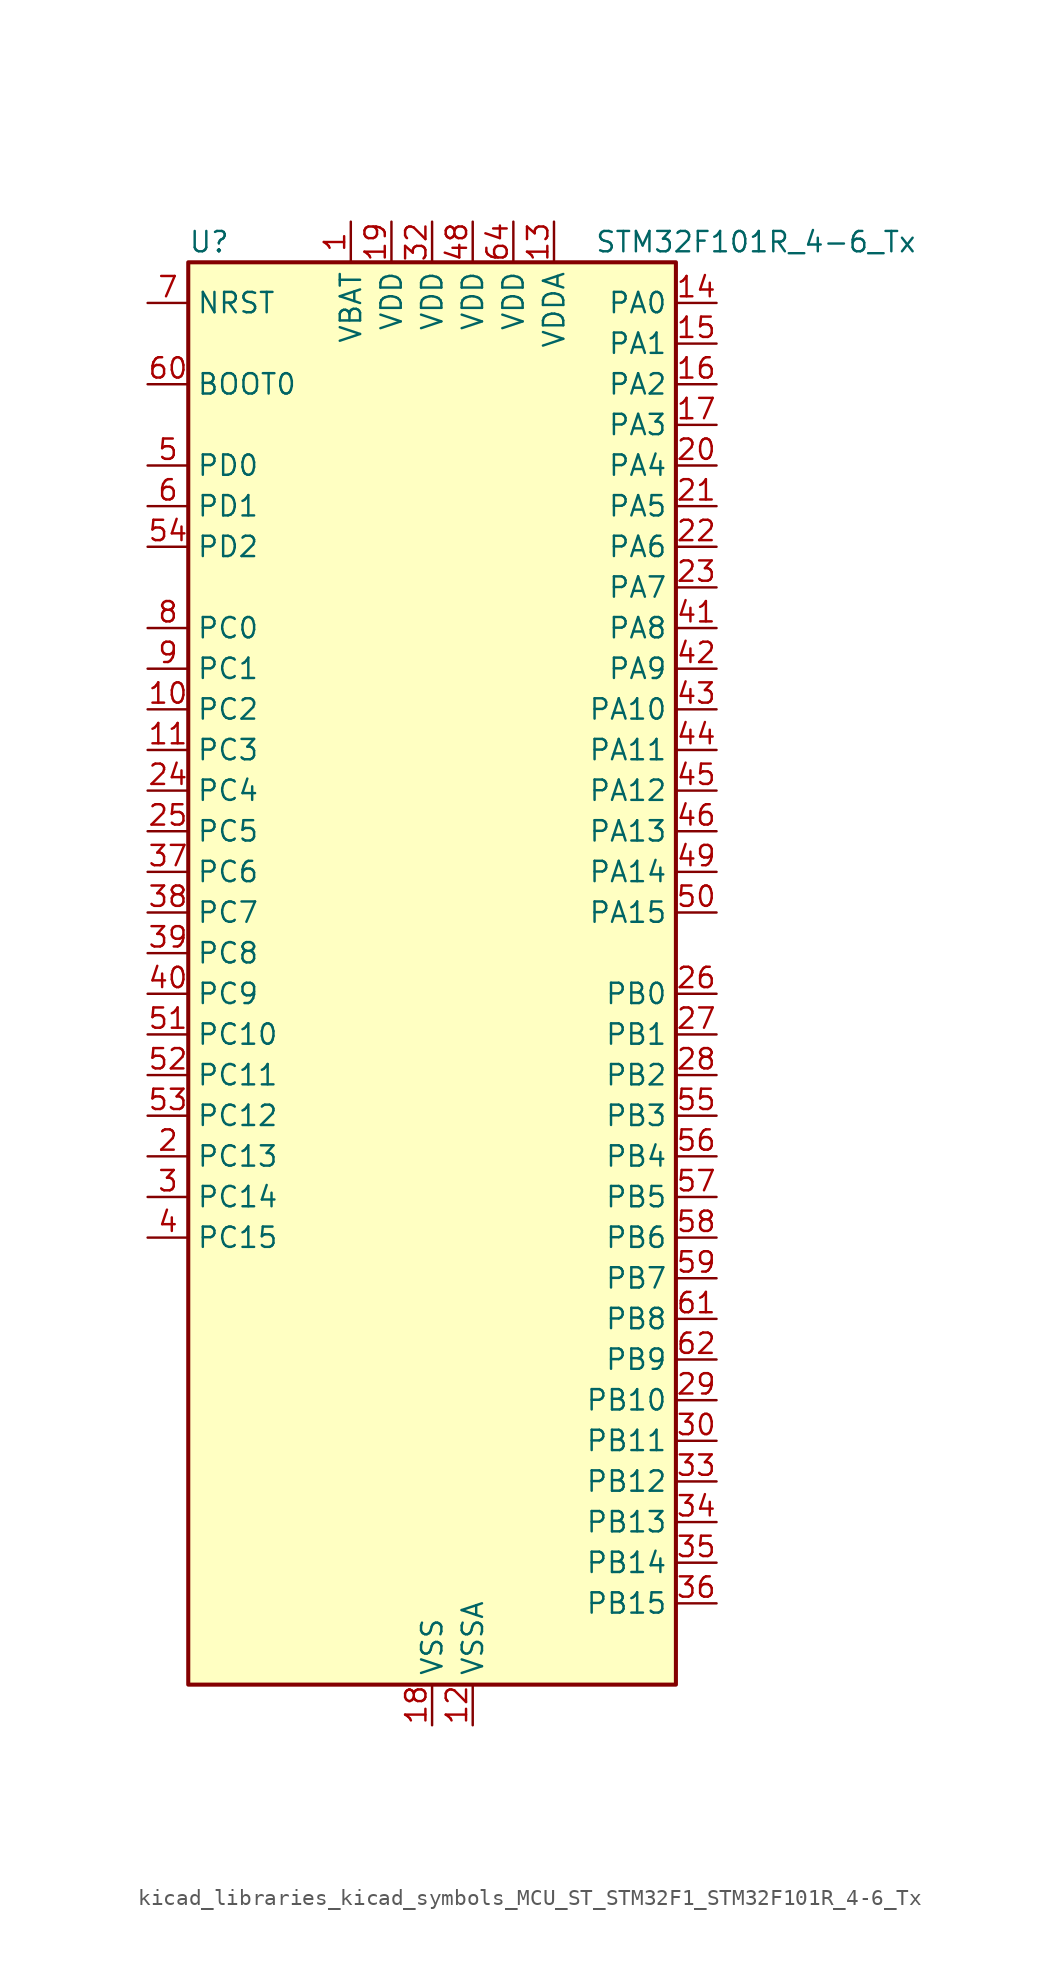
<source format=kicad_sym>
(kicad_symbol_lib
  (version 20220914)
  (generator kicad_symbol_editor)
  (symbol "kicad_libraries_kicad_symbols_MCU_ST_STM32F1_STM32F101R_4-6_Tx"
    (property "Reference" "U"
      (at -15.24 46.99 0)
      (effects (font (size 1.27 1.27)) (justify left)))
    (property "Value" "STM32F101R_4-6_Tx"
      (at 10.16 46.99 0)
      (effects (font (size 1.27 1.27)) (justify left)))
    (property "ki_locked" ""
      (at 0 0 0)
      (effects (font (size 1.27 1.27))))
    (symbol "kicad_libraries_kicad_symbols_MCU_ST_STM32F1_STM32F101R_4-6_Tx_0_1"
      (rectangle (start -15.24 -43.18) (end 15.24 45.72) (stroke (width 0.254) (type default)) (fill (type background))))
    (symbol "kicad_libraries_kicad_symbols_MCU_ST_STM32F1_STM32F101R_4-6_Tx_1_1"
      (pin power_in line (at -5.08 48.26 270) (length 2.54) (name "VBAT" (effects (font (size 1.27 1.27)))) (number "1" (effects (font (size 1.27 1.27)))))
      (pin bidirectional line (at -17.78 17.78 0) (length 2.54) (name "PC2" (effects (font (size 1.27 1.27)))) (number "10" (effects (font (size 1.27 1.27)))) (alternate "ADC1_IN12" bidirectional line))
      (pin bidirectional line (at -17.78 15.24 0) (length 2.54) (name "PC3" (effects (font (size 1.27 1.27)))) (number "11" (effects (font (size 1.27 1.27)))) (alternate "ADC1_IN13" bidirectional line))
      (pin power_in line (at 2.54 -45.72 90) (length 2.54) (name "VSSA" (effects (font (size 1.27 1.27)))) (number "12" (effects (font (size 1.27 1.27)))))
      (pin power_in line (at 7.62 48.26 270) (length 2.54) (name "VDDA" (effects (font (size 1.27 1.27)))) (number "13" (effects (font (size 1.27 1.27)))))
      (pin bidirectional line (at 17.78 43.18 180) (length 2.54) (name "PA0" (effects (font (size 1.27 1.27)))) (number "14" (effects (font (size 1.27 1.27)))) (alternate "ADC1_IN0" bidirectional line) (alternate "SYS_WKUP" bidirectional line) (alternate "TIM2_CH1" bidirectional line) (alternate "TIM2_ETR" bidirectional line) (alternate "USART2_CTS" bidirectional line))
      (pin bidirectional line (at 17.78 40.64 180) (length 2.54) (name "PA1" (effects (font (size 1.27 1.27)))) (number "15" (effects (font (size 1.27 1.27)))) (alternate "ADC1_IN1" bidirectional line) (alternate "TIM2_CH2" bidirectional line) (alternate "USART2_RTS" bidirectional line))
      (pin bidirectional line (at 17.78 38.1 180) (length 2.54) (name "PA2" (effects (font (size 1.27 1.27)))) (number "16" (effects (font (size 1.27 1.27)))) (alternate "ADC1_IN2" bidirectional line) (alternate "TIM2_CH3" bidirectional line) (alternate "USART2_TX" bidirectional line))
      (pin bidirectional line (at 17.78 35.56 180) (length 2.54) (name "PA3" (effects (font (size 1.27 1.27)))) (number "17" (effects (font (size 1.27 1.27)))) (alternate "ADC1_IN3" bidirectional line) (alternate "TIM2_CH4" bidirectional line) (alternate "USART2_RX" bidirectional line))
      (pin power_in line (at 0 -45.72 90) (length 2.54) (name "VSS" (effects (font (size 1.27 1.27)))) (number "18" (effects (font (size 1.27 1.27)))))
      (pin power_in line (at -2.54 48.26 270) (length 2.54) (name "VDD" (effects (font (size 1.27 1.27)))) (number "19" (effects (font (size 1.27 1.27)))))
      (pin bidirectional line (at -17.78 -10.16 0) (length 2.54) (name "PC13" (effects (font (size 1.27 1.27)))) (number "2" (effects (font (size 1.27 1.27)))) (alternate "RTC_OUT" bidirectional line) (alternate "RTC_TAMPER" bidirectional line))
      (pin bidirectional line (at 17.78 33.02 180) (length 2.54) (name "PA4" (effects (font (size 1.27 1.27)))) (number "20" (effects (font (size 1.27 1.27)))) (alternate "ADC1_IN4" bidirectional line) (alternate "SPI1_NSS" bidirectional line) (alternate "USART2_CK" bidirectional line))
      (pin bidirectional line (at 17.78 30.48 180) (length 2.54) (name "PA5" (effects (font (size 1.27 1.27)))) (number "21" (effects (font (size 1.27 1.27)))) (alternate "ADC1_IN5" bidirectional line) (alternate "SPI1_SCK" bidirectional line))
      (pin bidirectional line (at 17.78 27.94 180) (length 2.54) (name "PA6" (effects (font (size 1.27 1.27)))) (number "22" (effects (font (size 1.27 1.27)))) (alternate "ADC1_IN6" bidirectional line) (alternate "SPI1_MISO" bidirectional line) (alternate "TIM3_CH1" bidirectional line))
      (pin bidirectional line (at 17.78 25.4 180) (length 2.54) (name "PA7" (effects (font (size 1.27 1.27)))) (number "23" (effects (font (size 1.27 1.27)))) (alternate "ADC1_IN7" bidirectional line) (alternate "SPI1_MOSI" bidirectional line) (alternate "TIM3_CH2" bidirectional line))
      (pin bidirectional line (at -17.78 12.7 0) (length 2.54) (name "PC4" (effects (font (size 1.27 1.27)))) (number "24" (effects (font (size 1.27 1.27)))) (alternate "ADC1_IN14" bidirectional line))
      (pin bidirectional line (at -17.78 10.16 0) (length 2.54) (name "PC5" (effects (font (size 1.27 1.27)))) (number "25" (effects (font (size 1.27 1.27)))) (alternate "ADC1_IN15" bidirectional line))
      (pin bidirectional line (at 17.78 0 180) (length 2.54) (name "PB0" (effects (font (size 1.27 1.27)))) (number "26" (effects (font (size 1.27 1.27)))) (alternate "ADC1_IN8" bidirectional line) (alternate "TIM3_CH3" bidirectional line))
      (pin bidirectional line (at 17.78 -2.54 180) (length 2.54) (name "PB1" (effects (font (size 1.27 1.27)))) (number "27" (effects (font (size 1.27 1.27)))) (alternate "ADC1_IN9" bidirectional line) (alternate "TIM3_CH4" bidirectional line))
      (pin bidirectional line (at 17.78 -5.08 180) (length 2.54) (name "PB2" (effects (font (size 1.27 1.27)))) (number "28" (effects (font (size 1.27 1.27)))))
      (pin bidirectional line (at 17.78 -25.4 180) (length 2.54) (name "PB10" (effects (font (size 1.27 1.27)))) (number "29" (effects (font (size 1.27 1.27)))) (alternate "TIM2_CH3" bidirectional line))
      (pin bidirectional line (at -17.78 -12.7 0) (length 2.54) (name "PC14" (effects (font (size 1.27 1.27)))) (number "3" (effects (font (size 1.27 1.27)))) (alternate "RCC_OSC32_IN" bidirectional line))
      (pin bidirectional line (at 17.78 -27.94 180) (length 2.54) (name "PB11" (effects (font (size 1.27 1.27)))) (number "30" (effects (font (size 1.27 1.27)))) (alternate "ADC1_EXTI11" bidirectional line) (alternate "TIM2_CH4" bidirectional line))
      (pin passive line (at 0 -45.72 90) (length 2.54) hide (name "VSS" (effects (font (size 1.27 1.27)))) (number "31" (effects (font (size 1.27 1.27)))))
      (pin power_in line (at 0 48.26 270) (length 2.54) (name "VDD" (effects (font (size 1.27 1.27)))) (number "32" (effects (font (size 1.27 1.27)))))
      (pin bidirectional line (at 17.78 -30.48 180) (length 2.54) (name "PB12" (effects (font (size 1.27 1.27)))) (number "33" (effects (font (size 1.27 1.27)))))
      (pin bidirectional line (at 17.78 -33.02 180) (length 2.54) (name "PB13" (effects (font (size 1.27 1.27)))) (number "34" (effects (font (size 1.27 1.27)))))
      (pin bidirectional line (at 17.78 -35.56 180) (length 2.54) (name "PB14" (effects (font (size 1.27 1.27)))) (number "35" (effects (font (size 1.27 1.27)))))
      (pin bidirectional line (at 17.78 -38.1 180) (length 2.54) (name "PB15" (effects (font (size 1.27 1.27)))) (number "36" (effects (font (size 1.27 1.27)))) (alternate "ADC1_EXTI15" bidirectional line))
      (pin bidirectional line (at -17.78 7.62 0) (length 2.54) (name "PC6" (effects (font (size 1.27 1.27)))) (number "37" (effects (font (size 1.27 1.27)))) (alternate "TIM3_CH1" bidirectional line))
      (pin bidirectional line (at -17.78 5.08 0) (length 2.54) (name "PC7" (effects (font (size 1.27 1.27)))) (number "38" (effects (font (size 1.27 1.27)))) (alternate "TIM3_CH2" bidirectional line))
      (pin bidirectional line (at -17.78 2.54 0) (length 2.54) (name "PC8" (effects (font (size 1.27 1.27)))) (number "39" (effects (font (size 1.27 1.27)))) (alternate "TIM3_CH3" bidirectional line))
      (pin bidirectional line (at -17.78 -15.24 0) (length 2.54) (name "PC15" (effects (font (size 1.27 1.27)))) (number "4" (effects (font (size 1.27 1.27)))) (alternate "ADC1_EXTI15" bidirectional line) (alternate "RCC_OSC32_OUT" bidirectional line))
      (pin bidirectional line (at -17.78 0 0) (length 2.54) (name "PC9" (effects (font (size 1.27 1.27)))) (number "40" (effects (font (size 1.27 1.27)))) (alternate "TIM3_CH4" bidirectional line))
      (pin bidirectional line (at 17.78 22.86 180) (length 2.54) (name "PA8" (effects (font (size 1.27 1.27)))) (number "41" (effects (font (size 1.27 1.27)))) (alternate "RCC_MCO" bidirectional line) (alternate "USART1_CK" bidirectional line))
      (pin bidirectional line (at 17.78 20.32 180) (length 2.54) (name "PA9" (effects (font (size 1.27 1.27)))) (number "42" (effects (font (size 1.27 1.27)))) (alternate "USART1_TX" bidirectional line))
      (pin bidirectional line (at 17.78 17.78 180) (length 2.54) (name "PA10" (effects (font (size 1.27 1.27)))) (number "43" (effects (font (size 1.27 1.27)))) (alternate "USART1_RX" bidirectional line))
      (pin bidirectional line (at 17.78 15.24 180) (length 2.54) (name "PA11" (effects (font (size 1.27 1.27)))) (number "44" (effects (font (size 1.27 1.27)))) (alternate "ADC1_EXTI11" bidirectional line) (alternate "USART1_CTS" bidirectional line))
      (pin bidirectional line (at 17.78 12.7 180) (length 2.54) (name "PA12" (effects (font (size 1.27 1.27)))) (number "45" (effects (font (size 1.27 1.27)))) (alternate "USART1_RTS" bidirectional line))
      (pin bidirectional line (at 17.78 10.16 180) (length 2.54) (name "PA13" (effects (font (size 1.27 1.27)))) (number "46" (effects (font (size 1.27 1.27)))) (alternate "SYS_JTMS-SWDIO" bidirectional line))
      (pin passive line (at 0 -45.72 90) (length 2.54) hide (name "VSS" (effects (font (size 1.27 1.27)))) (number "47" (effects (font (size 1.27 1.27)))))
      (pin power_in line (at 2.54 48.26 270) (length 2.54) (name "VDD" (effects (font (size 1.27 1.27)))) (number "48" (effects (font (size 1.27 1.27)))))
      (pin bidirectional line (at 17.78 7.62 180) (length 2.54) (name "PA14" (effects (font (size 1.27 1.27)))) (number "49" (effects (font (size 1.27 1.27)))) (alternate "SYS_JTCK-SWCLK" bidirectional line))
      (pin bidirectional line (at -17.78 33.02 0) (length 2.54) (name "PD0" (effects (font (size 1.27 1.27)))) (number "5" (effects (font (size 1.27 1.27)))) (alternate "RCC_OSC_IN" bidirectional line))
      (pin bidirectional line (at 17.78 5.08 180) (length 2.54) (name "PA15" (effects (font (size 1.27 1.27)))) (number "50" (effects (font (size 1.27 1.27)))) (alternate "ADC1_EXTI15" bidirectional line) (alternate "SPI1_NSS" bidirectional line) (alternate "SYS_JTDI" bidirectional line) (alternate "TIM2_CH1" bidirectional line) (alternate "TIM2_ETR" bidirectional line))
      (pin bidirectional line (at -17.78 -2.54 0) (length 2.54) (name "PC10" (effects (font (size 1.27 1.27)))) (number "51" (effects (font (size 1.27 1.27)))))
      (pin bidirectional line (at -17.78 -5.08 0) (length 2.54) (name "PC11" (effects (font (size 1.27 1.27)))) (number "52" (effects (font (size 1.27 1.27)))) (alternate "ADC1_EXTI11" bidirectional line))
      (pin bidirectional line (at -17.78 -7.62 0) (length 2.54) (name "PC12" (effects (font (size 1.27 1.27)))) (number "53" (effects (font (size 1.27 1.27)))))
      (pin bidirectional line (at -17.78 27.94 0) (length 2.54) (name "PD2" (effects (font (size 1.27 1.27)))) (number "54" (effects (font (size 1.27 1.27)))) (alternate "TIM3_ETR" bidirectional line))
      (pin bidirectional line (at 17.78 -7.62 180) (length 2.54) (name "PB3" (effects (font (size 1.27 1.27)))) (number "55" (effects (font (size 1.27 1.27)))) (alternate "SPI1_SCK" bidirectional line) (alternate "SYS_JTDO-TRACESWO" bidirectional line) (alternate "TIM2_CH2" bidirectional line))
      (pin bidirectional line (at 17.78 -10.16 180) (length 2.54) (name "PB4" (effects (font (size 1.27 1.27)))) (number "56" (effects (font (size 1.27 1.27)))) (alternate "SPI1_MISO" bidirectional line) (alternate "SYS_NJTRST" bidirectional line) (alternate "TIM3_CH1" bidirectional line))
      (pin bidirectional line (at 17.78 -12.7 180) (length 2.54) (name "PB5" (effects (font (size 1.27 1.27)))) (number "57" (effects (font (size 1.27 1.27)))) (alternate "I2C1_SMBA" bidirectional line) (alternate "SPI1_MOSI" bidirectional line) (alternate "TIM3_CH2" bidirectional line))
      (pin bidirectional line (at 17.78 -15.24 180) (length 2.54) (name "PB6" (effects (font (size 1.27 1.27)))) (number "58" (effects (font (size 1.27 1.27)))) (alternate "I2C1_SCL" bidirectional line) (alternate "USART1_TX" bidirectional line))
      (pin bidirectional line (at 17.78 -17.78 180) (length 2.54) (name "PB7" (effects (font (size 1.27 1.27)))) (number "59" (effects (font (size 1.27 1.27)))) (alternate "I2C1_SDA" bidirectional line) (alternate "USART1_RX" bidirectional line))
      (pin bidirectional line (at -17.78 30.48 0) (length 2.54) (name "PD1" (effects (font (size 1.27 1.27)))) (number "6" (effects (font (size 1.27 1.27)))) (alternate "RCC_OSC_OUT" bidirectional line))
      (pin input line (at -17.78 38.1 0) (length 2.54) (name "BOOT0" (effects (font (size 1.27 1.27)))) (number "60" (effects (font (size 1.27 1.27)))))
      (pin bidirectional line (at 17.78 -20.32 180) (length 2.54) (name "PB8" (effects (font (size 1.27 1.27)))) (number "61" (effects (font (size 1.27 1.27)))) (alternate "I2C1_SCL" bidirectional line))
      (pin bidirectional line (at 17.78 -22.86 180) (length 2.54) (name "PB9" (effects (font (size 1.27 1.27)))) (number "62" (effects (font (size 1.27 1.27)))) (alternate "I2C1_SDA" bidirectional line))
      (pin passive line (at 0 -45.72 90) (length 2.54) hide (name "VSS" (effects (font (size 1.27 1.27)))) (number "63" (effects (font (size 1.27 1.27)))))
      (pin power_in line (at 5.08 48.26 270) (length 2.54) (name "VDD" (effects (font (size 1.27 1.27)))) (number "64" (effects (font (size 1.27 1.27)))))
      (pin input line (at -17.78 43.18 0) (length 2.54) (name "NRST" (effects (font (size 1.27 1.27)))) (number "7" (effects (font (size 1.27 1.27)))))
      (pin bidirectional line (at -17.78 22.86 0) (length 2.54) (name "PC0" (effects (font (size 1.27 1.27)))) (number "8" (effects (font (size 1.27 1.27)))) (alternate "ADC1_IN10" bidirectional line))
      (pin bidirectional line (at -17.78 20.32 0) (length 2.54) (name "PC1" (effects (font (size 1.27 1.27)))) (number "9" (effects (font (size 1.27 1.27)))) (alternate "ADC1_IN11" bidirectional line)))))
</source>
